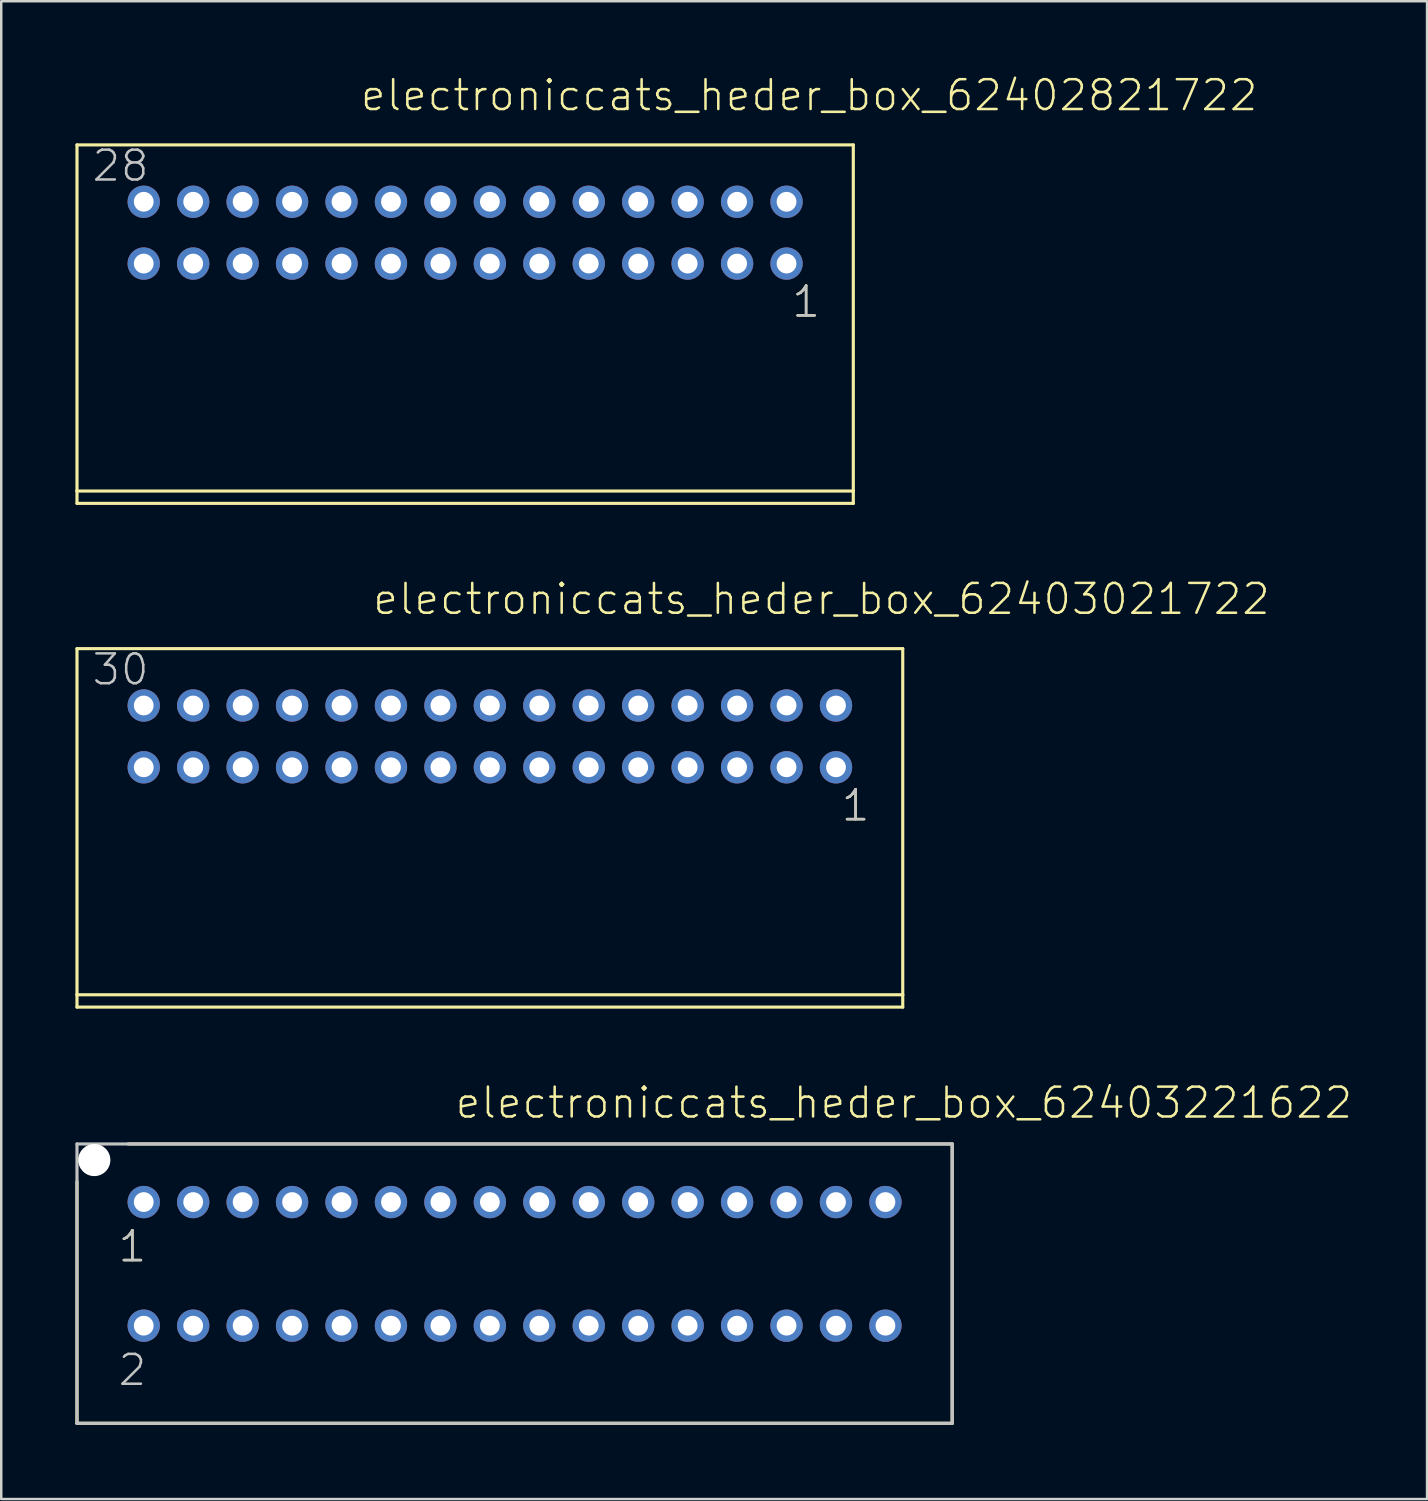
<source format=kicad_pcb>
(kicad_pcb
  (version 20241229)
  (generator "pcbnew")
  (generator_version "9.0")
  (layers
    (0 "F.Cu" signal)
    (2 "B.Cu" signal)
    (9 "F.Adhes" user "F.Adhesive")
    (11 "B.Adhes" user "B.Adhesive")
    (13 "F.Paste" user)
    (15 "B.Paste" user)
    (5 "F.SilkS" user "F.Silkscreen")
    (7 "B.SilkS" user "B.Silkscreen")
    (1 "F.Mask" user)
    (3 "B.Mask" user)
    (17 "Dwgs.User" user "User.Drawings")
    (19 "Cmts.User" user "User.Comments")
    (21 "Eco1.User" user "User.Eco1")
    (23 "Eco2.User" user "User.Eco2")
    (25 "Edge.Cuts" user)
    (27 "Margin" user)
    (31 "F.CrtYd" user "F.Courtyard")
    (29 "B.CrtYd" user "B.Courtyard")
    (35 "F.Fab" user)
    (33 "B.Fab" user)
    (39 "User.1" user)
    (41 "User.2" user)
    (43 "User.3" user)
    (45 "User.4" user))
  (footprint "electroniccats_heder_box_62403021722"
    (layer "F.Cu")
    (at 16.764 26.736)
    (property "Reference" "electroniccats_heder_box_62403021722" (at -4.8 -4.85 0) (layer "F.SilkS") (effects (font (size 1.206 1.206) (thickness 0.102)) (justify left bottom)))
    (attr through_hole)
    (fp_line (start -16.7 -3.55) (end -16.7 10.45) (stroke (width 0.127) (type solid)) (layer "F.SilkS"))
    (fp_line (start -16.7 10.45) (end -16.7 10.95) (stroke (width 0.127) (type solid)) (layer "F.SilkS"))
    (fp_line (start -16.7 10.45) (end 16.7 10.45) (stroke (width 0.127) (type solid)) (layer "F.SilkS"))
    (fp_line (start -16.7 10.95) (end 16.7 10.95) (stroke (width 0.127) (type solid)) (layer "F.SilkS"))
    (fp_line (start 16.7 -3.55) (end -16.7 -3.55) (stroke (width 0.127) (type solid)) (layer "F.SilkS"))
    (fp_line (start 16.7 10.45) (end 16.7 -3.55) (stroke (width 0.127) (type solid)) (layer "F.SilkS"))
    (fp_line (start 16.7 10.95) (end 16.7 10.45) (stroke (width 0.127) (type solid)) (layer "F.SilkS"))
    (fp_text user "1" (at 14.15 3.5 0) (layer "F.SilkS") (effects (font (size 1.206 1.206) (thickness 0.102)) (justify left bottom)))
    (fp_text user "30" (at -16.155 -2 0) (layer "Dwgs.User") (effects (font (size 1.206 1.206) (thickness 0.102)) (justify left bottom)))
    (fp_text user "1" (at 14.15 3.5 0) (layer "Dwgs.User") (effects (font (size 1.206 1.206) (thickness 0.102)) (justify left bottom)))
    (pad "1" thru_hole circle (at 14 1.25 180) (size 1.308 1.308) (drill 0.8) (layers "*.Cu" "*.Mask"))
    (pad "2" thru_hole circle (at 14 -1.25 180) (size 1.308 1.308) (drill 0.8) (layers "*.Cu" "*.Mask"))
    (pad "3" thru_hole circle (at 12 1.25 180) (size 1.308 1.308) (drill 0.8) (layers "*.Cu" "*.Mask"))
    (pad "4" thru_hole circle (at 12 -1.25 180) (size 1.308 1.308) (drill 0.8) (layers "*.Cu" "*.Mask"))
    (pad "5" thru_hole circle (at 10 1.25 180) (size 1.308 1.308) (drill 0.8) (layers "*.Cu" "*.Mask"))
    (pad "6" thru_hole circle (at 10 -1.25 180) (size 1.308 1.308) (drill 0.8) (layers "*.Cu" "*.Mask"))
    (pad "7" thru_hole circle (at 8 1.25 180) (size 1.308 1.308) (drill 0.8) (layers "*.Cu" "*.Mask"))
    (pad "8" thru_hole circle (at 8 -1.25 180) (size 1.308 1.308) (drill 0.8) (layers "*.Cu" "*.Mask"))
    (pad "9" thru_hole circle (at 6 1.25 180) (size 1.308 1.308) (drill 0.8) (layers "*.Cu" "*.Mask"))
    (pad "10" thru_hole circle (at 6 -1.25 180) (size 1.308 1.308) (drill 0.8) (layers "*.Cu" "*.Mask"))
    (pad "11" thru_hole circle (at 4 1.25 180) (size 1.308 1.308) (drill 0.8) (layers "*.Cu" "*.Mask"))
    (pad "12" thru_hole circle (at 4 -1.25 180) (size 1.308 1.308) (drill 0.8) (layers "*.Cu" "*.Mask"))
    (pad "13" thru_hole circle (at 2 1.25 180) (size 1.308 1.308) (drill 0.8) (layers "*.Cu" "*.Mask"))
    (pad "14" thru_hole circle (at 2 -1.25 180) (size 1.308 1.308) (drill 0.8) (layers "*.Cu" "*.Mask"))
    (pad "15" thru_hole circle (at 0 1.25 180) (size 1.308 1.308) (drill 0.8) (layers "*.Cu" "*.Mask"))
    (pad "16" thru_hole circle (at 0 -1.25 180) (size 1.308 1.308) (drill 0.8) (layers "*.Cu" "*.Mask"))
    (pad "17" thru_hole circle (at -2 1.25 180) (size 1.308 1.308) (drill 0.8) (layers "*.Cu" "*.Mask"))
    (pad "18" thru_hole circle (at -2 -1.25 180) (size 1.308 1.308) (drill 0.8) (layers "*.Cu" "*.Mask"))
    (pad "19" thru_hole circle (at -4 1.25 180) (size 1.308 1.308) (drill 0.8) (layers "*.Cu" "*.Mask"))
    (pad "20" thru_hole circle (at -4 -1.25 180) (size 1.308 1.308) (drill 0.8) (layers "*.Cu" "*.Mask"))
    (pad "21" thru_hole circle (at -6 1.25 180) (size 1.308 1.308) (drill 0.8) (layers "*.Cu" "*.Mask"))
    (pad "22" thru_hole circle (at -6 -1.25 180) (size 1.308 1.308) (drill 0.8) (layers "*.Cu" "*.Mask"))
    (pad "23" thru_hole circle (at -8 1.25 180) (size 1.308 1.308) (drill 0.8) (layers "*.Cu" "*.Mask"))
    (pad "24" thru_hole circle (at -8 -1.25 180) (size 1.308 1.308) (drill 0.8) (layers "*.Cu" "*.Mask"))
    (pad "25" thru_hole circle (at -10 1.25 180) (size 1.308 1.308) (drill 0.8) (layers "*.Cu" "*.Mask"))
    (pad "26" thru_hole circle (at -10 -1.25 180) (size 1.308 1.308) (drill 0.8) (layers "*.Cu" "*.Mask"))
    (pad "27" thru_hole circle (at -12 1.25 180) (size 1.308 1.308) (drill 0.8) (layers "*.Cu" "*.Mask"))
    (pad "28" thru_hole circle (at -12 -1.25 180) (size 1.308 1.308) (drill 0.8) (layers "*.Cu" "*.Mask"))
    (pad "29" thru_hole circle (at -14 1.25 180) (size 1.308 1.308) (drill 0.8) (layers "*.Cu" "*.Mask"))
    (pad "30" thru_hole circle (at -14 -1.25 180) (size 1.308 1.308) (drill 0.8) (layers "*.Cu" "*.Mask")))
  (footprint "electroniccats_heder_box_62403221622"
    (layer "F.Cu")
    (at 17.764 48.071)
    (property "Reference" "electroniccats_heder_box_62403221622" (at -2.466 -5.81 0) (layer "F.SilkS") (effects (font (size 1.206 1.206) (thickness 0.102)) (justify left bottom)))
    (attr through_hole)
    (fp_line (start -17.7 6.45) (end -17.7 -3.33) (stroke (width 0.127) (type solid)) (layer "F.SilkS"))
    (fp_line (start -15.63 -4.85) (end 17.7 -4.85) (stroke (width 0.127) (type solid)) (layer "F.SilkS"))
    (fp_line (start 17.7 -4.85) (end 17.7 6.45) (stroke (width 0.127) (type solid)) (layer "F.SilkS"))
    (fp_line (start 17.7 6.45) (end -17.7 6.45) (stroke (width 0.127) (type solid)) (layer "F.SilkS"))
    (fp_line (start -17.7 -4.85) (end 17.7 -4.85) (stroke (width 0.127) (type solid)) (layer "Dwgs.User"))
    (fp_line (start -17.7 6.45) (end -17.7 -4.85) (stroke (width 0.127) (type solid)) (layer "Dwgs.User"))
    (fp_line (start 17.7 -4.85) (end 17.7 6.45) (stroke (width 0.127) (type solid)) (layer "Dwgs.User"))
    (fp_line (start 17.7 6.45) (end -17.7 6.45) (stroke (width 0.127) (type solid)) (layer "Dwgs.User"))
    (fp_text user "1" (at -16.1 0 0) (layer "F.SilkS") (effects (font (size 1.206 1.206) (thickness 0.102)) (justify left bottom)))
    (fp_text user "1" (at -16.1 0 0) (layer "Dwgs.User") (effects (font (size 1.206 1.206) (thickness 0.102)) (justify left bottom)))
    (fp_text user "2" (at -16.1 5 0) (layer "Dwgs.User") (effects (font (size 1.206 1.206) (thickness 0.102)) (justify left bottom)))
    (pad "" np_thru_hole circle (at -17 -4.2) (size 1.3 1.3) (drill 1.3) (layers "*.Cu"))
    (pad "1" thru_hole circle (at -15 -2.5) (size 1.308 1.308) (drill 0.8) (layers "*.Cu" "*.Mask"))
    (pad "2" thru_hole circle (at -15 2.5) (size 1.308 1.308) (drill 0.8) (layers "*.Cu" "*.Mask"))
    (pad "3" thru_hole circle (at -13 -2.5) (size 1.308 1.308) (drill 0.8) (layers "*.Cu" "*.Mask"))
    (pad "4" thru_hole circle (at -13 2.5) (size 1.308 1.308) (drill 0.8) (layers "*.Cu" "*.Mask"))
    (pad "5" thru_hole circle (at -11 -2.5) (size 1.308 1.308) (drill 0.8) (layers "*.Cu" "*.Mask"))
    (pad "6" thru_hole circle (at -11 2.5) (size 1.308 1.308) (drill 0.8) (layers "*.Cu" "*.Mask"))
    (pad "7" thru_hole circle (at -9 -2.5) (size 1.308 1.308) (drill 0.8) (layers "*.Cu" "*.Mask"))
    (pad "8" thru_hole circle (at -9 2.5) (size 1.308 1.308) (drill 0.8) (layers "*.Cu" "*.Mask"))
    (pad "9" thru_hole circle (at -7 -2.5) (size 1.308 1.308) (drill 0.8) (layers "*.Cu" "*.Mask"))
    (pad "10" thru_hole circle (at -7 2.5) (size 1.308 1.308) (drill 0.8) (layers "*.Cu" "*.Mask"))
    (pad "11" thru_hole circle (at -5 -2.5) (size 1.308 1.308) (drill 0.8) (layers "*.Cu" "*.Mask"))
    (pad "12" thru_hole circle (at -5 2.5) (size 1.308 1.308) (drill 0.8) (layers "*.Cu" "*.Mask"))
    (pad "13" thru_hole circle (at -3 -2.5) (size 1.308 1.308) (drill 0.8) (layers "*.Cu" "*.Mask"))
    (pad "14" thru_hole circle (at -3 2.5) (size 1.308 1.308) (drill 0.8) (layers "*.Cu" "*.Mask"))
    (pad "15" thru_hole circle (at -1 -2.5) (size 1.308 1.308) (drill 0.8) (layers "*.Cu" "*.Mask"))
    (pad "16" thru_hole circle (at -1 2.5) (size 1.308 1.308) (drill 0.8) (layers "*.Cu" "*.Mask"))
    (pad "17" thru_hole circle (at 1 -2.5) (size 1.308 1.308) (drill 0.8) (layers "*.Cu" "*.Mask"))
    (pad "18" thru_hole circle (at 1 2.5) (size 1.308 1.308) (drill 0.8) (layers "*.Cu" "*.Mask"))
    (pad "19" thru_hole circle (at 3 -2.5) (size 1.308 1.308) (drill 0.8) (layers "*.Cu" "*.Mask"))
    (pad "20" thru_hole circle (at 3 2.5) (size 1.308 1.308) (drill 0.8) (layers "*.Cu" "*.Mask"))
    (pad "21" thru_hole circle (at 5 -2.5) (size 1.308 1.308) (drill 0.8) (layers "*.Cu" "*.Mask"))
    (pad "22" thru_hole circle (at 5 2.5) (size 1.308 1.308) (drill 0.8) (layers "*.Cu" "*.Mask"))
    (pad "23" thru_hole circle (at 7 -2.5) (size 1.308 1.308) (drill 0.8) (layers "*.Cu" "*.Mask"))
    (pad "24" thru_hole circle (at 7 2.5) (size 1.308 1.308) (drill 0.8) (layers "*.Cu" "*.Mask"))
    (pad "25" thru_hole circle (at 9 -2.5) (size 1.308 1.308) (drill 0.8) (layers "*.Cu" "*.Mask"))
    (pad "26" thru_hole circle (at 9 2.5) (size 1.308 1.308) (drill 0.8) (layers "*.Cu" "*.Mask"))
    (pad "27" thru_hole circle (at 11 -2.5) (size 1.308 1.308) (drill 0.8) (layers "*.Cu" "*.Mask"))
    (pad "28" thru_hole circle (at 11 2.5) (size 1.308 1.308) (drill 0.8) (layers "*.Cu" "*.Mask"))
    (pad "29" thru_hole circle (at 13 -2.5) (size 1.308 1.308) (drill 0.8) (layers "*.Cu" "*.Mask"))
    (pad "30" thru_hole circle (at 13 2.5) (size 1.308 1.308) (drill 0.8) (layers "*.Cu" "*.Mask"))
    (pad "31" thru_hole circle (at 15 -2.5) (size 1.308 1.308) (drill 0.8) (layers "*.Cu" "*.Mask"))
    (pad "32" thru_hole circle (at 15 2.5) (size 1.308 1.308) (drill 0.8) (layers "*.Cu" "*.Mask")))
  (footprint "electroniccats_heder_box_62402821722"
    (layer "F.Cu")
    (at 15.764 6.361)
    (property "Reference" "electroniccats_heder_box_62402821722" (at -4.3 -4.85 0) (layer "F.SilkS") (effects (font (size 1.206 1.206) (thickness 0.102)) (justify left bottom)))
    (attr through_hole)
    (fp_line (start -15.7 -3.55) (end -15.7 10.45) (stroke (width 0.127) (type solid)) (layer "F.SilkS"))
    (fp_line (start -15.7 10.45) (end -15.7 10.95) (stroke (width 0.127) (type solid)) (layer "F.SilkS"))
    (fp_line (start -15.7 10.45) (end 15.7 10.45) (stroke (width 0.127) (type solid)) (layer "F.SilkS"))
    (fp_line (start -15.7 10.95) (end 15.7 10.95) (stroke (width 0.127) (type solid)) (layer "F.SilkS"))
    (fp_line (start 15.7 -3.55) (end -15.7 -3.55) (stroke (width 0.127) (type solid)) (layer "F.SilkS"))
    (fp_line (start 15.7 10.45) (end 15.7 -3.55) (stroke (width 0.127) (type solid)) (layer "F.SilkS"))
    (fp_line (start 15.7 10.95) (end 15.7 10.45) (stroke (width 0.127) (type solid)) (layer "F.SilkS"))
    (fp_text user "1" (at 13.15 3.5 0) (layer "F.SilkS") (effects (font (size 1.206 1.206) (thickness 0.102)) (justify left bottom)))
    (fp_text user "28" (at -15.155 -2 0) (layer "Dwgs.User") (effects (font (size 1.206 1.206) (thickness 0.102)) (justify left bottom)))
    (fp_text user "1" (at 13.15 3.5 0) (layer "Dwgs.User") (effects (font (size 1.206 1.206) (thickness 0.102)) (justify left bottom)))
    (pad "1" thru_hole circle (at 13 1.25 180) (size 1.308 1.308) (drill 0.8) (layers "*.Cu" "*.Mask"))
    (pad "2" thru_hole circle (at 13 -1.25 180) (size 1.308 1.308) (drill 0.8) (layers "*.Cu" "*.Mask"))
    (pad "3" thru_hole circle (at 11 1.25 180) (size 1.308 1.308) (drill 0.8) (layers "*.Cu" "*.Mask"))
    (pad "4" thru_hole circle (at 11 -1.25 180) (size 1.308 1.308) (drill 0.8) (layers "*.Cu" "*.Mask"))
    (pad "5" thru_hole circle (at 9 1.25 180) (size 1.308 1.308) (drill 0.8) (layers "*.Cu" "*.Mask"))
    (pad "6" thru_hole circle (at 9 -1.25 180) (size 1.308 1.308) (drill 0.8) (layers "*.Cu" "*.Mask"))
    (pad "7" thru_hole circle (at 7 1.25 180) (size 1.308 1.308) (drill 0.8) (layers "*.Cu" "*.Mask"))
    (pad "8" thru_hole circle (at 7 -1.25 180) (size 1.308 1.308) (drill 0.8) (layers "*.Cu" "*.Mask"))
    (pad "9" thru_hole circle (at 5 1.25 180) (size 1.308 1.308) (drill 0.8) (layers "*.Cu" "*.Mask"))
    (pad "10" thru_hole circle (at 5 -1.25 180) (size 1.308 1.308) (drill 0.8) (layers "*.Cu" "*.Mask"))
    (pad "11" thru_hole circle (at 3 1.25 180) (size 1.308 1.308) (drill 0.8) (layers "*.Cu" "*.Mask"))
    (pad "12" thru_hole circle (at 3 -1.25 180) (size 1.308 1.308) (drill 0.8) (layers "*.Cu" "*.Mask"))
    (pad "13" thru_hole circle (at 1 1.25 180) (size 1.308 1.308) (drill 0.8) (layers "*.Cu" "*.Mask"))
    (pad "14" thru_hole circle (at 1 -1.25 180) (size 1.308 1.308) (drill 0.8) (layers "*.Cu" "*.Mask"))
    (pad "15" thru_hole circle (at -1 1.25 180) (size 1.308 1.308) (drill 0.8) (layers "*.Cu" "*.Mask"))
    (pad "16" thru_hole circle (at -1 -1.25 180) (size 1.308 1.308) (drill 0.8) (layers "*.Cu" "*.Mask"))
    (pad "17" thru_hole circle (at -3 1.25 180) (size 1.308 1.308) (drill 0.8) (layers "*.Cu" "*.Mask"))
    (pad "18" thru_hole circle (at -3 -1.25 180) (size 1.308 1.308) (drill 0.8) (layers "*.Cu" "*.Mask"))
    (pad "19" thru_hole circle (at -5 1.25 180) (size 1.308 1.308) (drill 0.8) (layers "*.Cu" "*.Mask"))
    (pad "20" thru_hole circle (at -5 -1.25 180) (size 1.308 1.308) (drill 0.8) (layers "*.Cu" "*.Mask"))
    (pad "21" thru_hole circle (at -7 1.25 180) (size 1.308 1.308) (drill 0.8) (layers "*.Cu" "*.Mask"))
    (pad "22" thru_hole circle (at -7 -1.25 180) (size 1.308 1.308) (drill 0.8) (layers "*.Cu" "*.Mask"))
    (pad "23" thru_hole circle (at -9 1.25 180) (size 1.308 1.308) (drill 0.8) (layers "*.Cu" "*.Mask"))
    (pad "24" thru_hole circle (at -9 -1.25 180) (size 1.308 1.308) (drill 0.8) (layers "*.Cu" "*.Mask"))
    (pad "25" thru_hole circle (at -11 1.25 180) (size 1.308 1.308) (drill 0.8) (layers "*.Cu" "*.Mask"))
    (pad "26" thru_hole circle (at -11 -1.25 180) (size 1.308 1.308) (drill 0.8) (layers "*.Cu" "*.Mask"))
    (pad "27" thru_hole circle (at -13 1.25 180) (size 1.308 1.308) (drill 0.8) (layers "*.Cu" "*.Mask"))
    (pad "28" thru_hole circle (at -13 -1.25 180) (size 1.308 1.308) (drill 0.8) (layers "*.Cu" "*.Mask")))
  (gr_rect
    (start -3 -3)
    (end 54.671 57.584)
    (stroke (width 0.1) (type default))
    (fill no)
    (layer "Edge.Cuts")))
</source>
